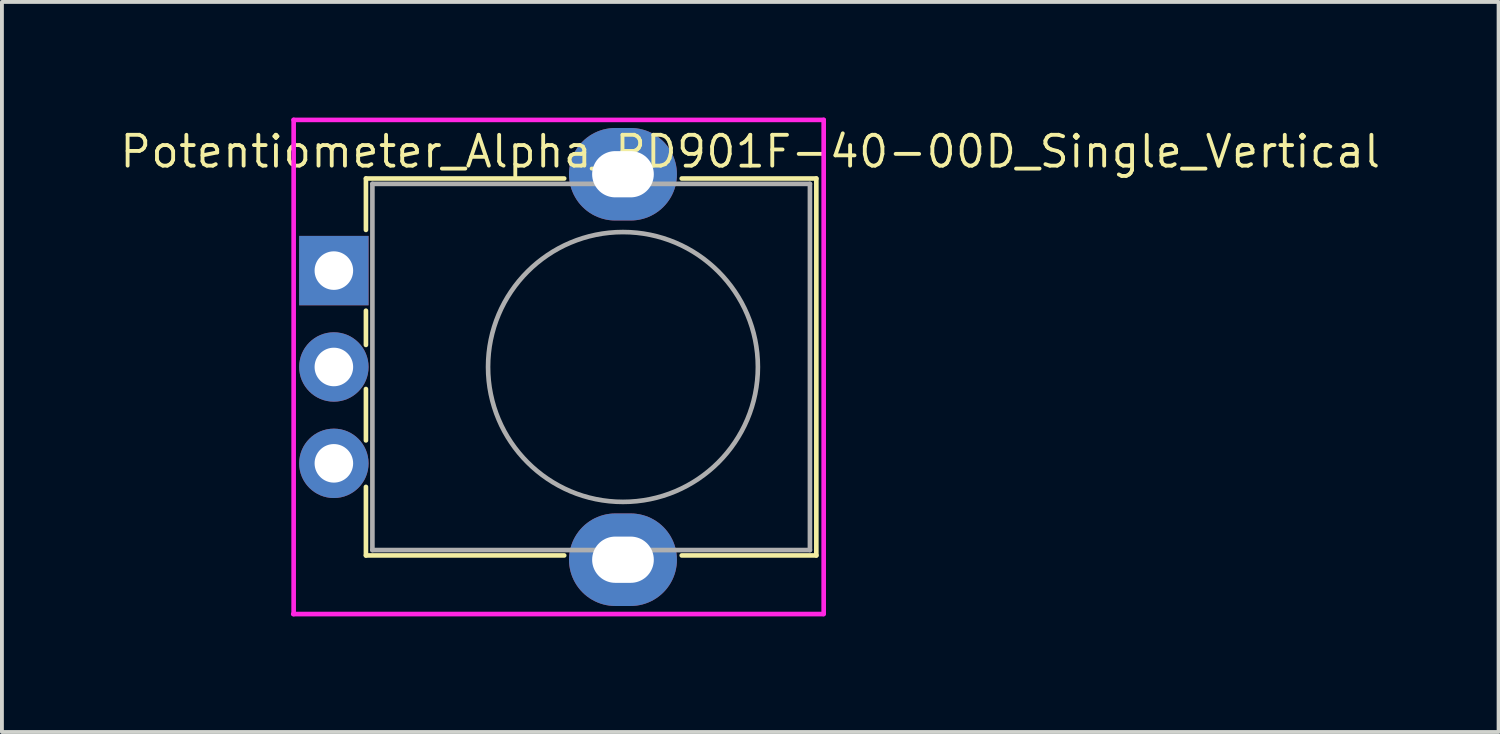
<source format=kicad_pcb>
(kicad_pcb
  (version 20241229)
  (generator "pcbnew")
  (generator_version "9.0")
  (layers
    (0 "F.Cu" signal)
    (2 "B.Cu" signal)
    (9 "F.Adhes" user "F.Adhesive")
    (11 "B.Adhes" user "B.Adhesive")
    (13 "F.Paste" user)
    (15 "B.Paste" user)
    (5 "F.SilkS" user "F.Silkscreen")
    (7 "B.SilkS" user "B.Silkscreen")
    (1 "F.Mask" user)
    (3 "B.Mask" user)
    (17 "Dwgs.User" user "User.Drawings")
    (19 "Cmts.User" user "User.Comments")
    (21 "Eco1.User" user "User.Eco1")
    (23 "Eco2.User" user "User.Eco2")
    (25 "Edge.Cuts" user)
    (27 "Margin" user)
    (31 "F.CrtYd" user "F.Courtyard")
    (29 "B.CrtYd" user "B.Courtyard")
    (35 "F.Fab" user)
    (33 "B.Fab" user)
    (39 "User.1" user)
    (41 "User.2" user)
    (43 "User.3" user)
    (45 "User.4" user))
  (footprint "Potentiometer_Alpha_RD901F-40-00D_Single_Vertical"
    (layer "F.Cu")
    (at 13.111 6.47)
    (property "Reference" "Potentiometer_Alpha_RD901F-40-00D_Single_Vertical" (at 3.302 -5.588 0) (layer "F.SilkS") (effects (font (size 0.8 0.8) (thickness 0.1))))
    (attr through_hole)
    (fp_line (start -6.668 -4.889) (end -6.668 -3.556) (stroke (width 0.12) (type solid)) (layer "F.SilkS"))
    (fp_line (start -6.668 -1.46) (end -6.668 -0.572) (stroke (width 0.12) (type solid)) (layer "F.SilkS"))
    (fp_line (start -6.668 0.572) (end -6.668 1.905) (stroke (width 0.12) (type solid)) (layer "F.SilkS"))
    (fp_line (start -6.668 4.889) (end -6.668 3.111) (stroke (width 0.12) (type solid)) (layer "F.SilkS"))
    (fp_line (start -1.524 -4.889) (end -6.668 -4.889) (stroke (width 0.12) (type solid)) (layer "F.SilkS"))
    (fp_line (start -1.524 4.889) (end -6.668 4.889) (stroke (width 0.12) (type solid)) (layer "F.SilkS"))
    (fp_line (start 1.524 -4.889) (end 5.016 -4.889) (stroke (width 0.12) (type solid)) (layer "F.SilkS"))
    (fp_line (start 5.016 -4.889) (end 5.016 4.889) (stroke (width 0.12) (type solid)) (layer "F.SilkS"))
    (fp_line (start 5.016 4.889) (end 1.524 4.889) (stroke (width 0.12) (type solid)) (layer "F.SilkS"))
    (fp_line (start -8.543 -6.41) (end -8.543 6.41) (stroke (width 0.12) (type solid)) (layer "F.CrtYd"))
    (fp_line (start 5.196 6.41) (end -8.554 6.41) (stroke (width 0.12) (type solid)) (layer "F.CrtYd"))
    (fp_line (start 5.207 -6.41) (end -8.543 -6.41) (stroke (width 0.12) (type solid)) (layer "F.CrtYd"))
    (fp_line (start 5.207 -6.41) (end 5.207 6.41) (stroke (width 0.12) (type solid)) (layer "F.CrtYd"))
    (fp_line (start -6.5 -4.75) (end -6.5 4.75) (stroke (width 0.12) (type solid)) (layer "F.Fab"))
    (fp_line (start 4.85 -4.75) (end -6.5 -4.75) (stroke (width 0.12) (type solid)) (layer "F.Fab"))
    (fp_line (start 4.85 -4.75) (end 4.85 4.75) (stroke (width 0.12) (type solid)) (layer "F.Fab"))
    (fp_line (start 4.85 4.75) (end -6.5 4.75) (stroke (width 0.12) (type solid)) (layer "F.Fab"))
    (fp_circle (center 0 0) (end 3.5 0) (stroke (width 0.12) (type solid)) (fill no) (layer "F.Fab"))
    (pad "" thru_hole oval (at 0 -5 270) (size 2.4 2.8) (drill oval 1.2 1.6) (layers "*.Cu" "*.Mask"))
    (pad "" thru_hole oval (at 0 5 270) (size 2.4 2.8) (drill oval 1.2 1.6) (layers "*.Cu" "*.Mask"))
    (pad "1" thru_hole rect (at -7.5 -2.5 270) (size 1.8 1.8) (drill 1) (layers "*.Cu" "*.Mask"))
    (pad "2" thru_hole circle (at -7.5 0 270) (size 1.8 1.8) (drill 1) (layers "*.Cu" "*.Mask"))
    (pad "3" thru_hole circle (at -7.5 2.5 270) (size 1.8 1.8) (drill 1) (layers "*.Cu" "*.Mask")))
  (gr_rect
    (start -3 -3)
    (end 35.826 15.94)
    (stroke (width 0.1) (type default))
    (fill no)
    (layer "Edge.Cuts")))
</source>
